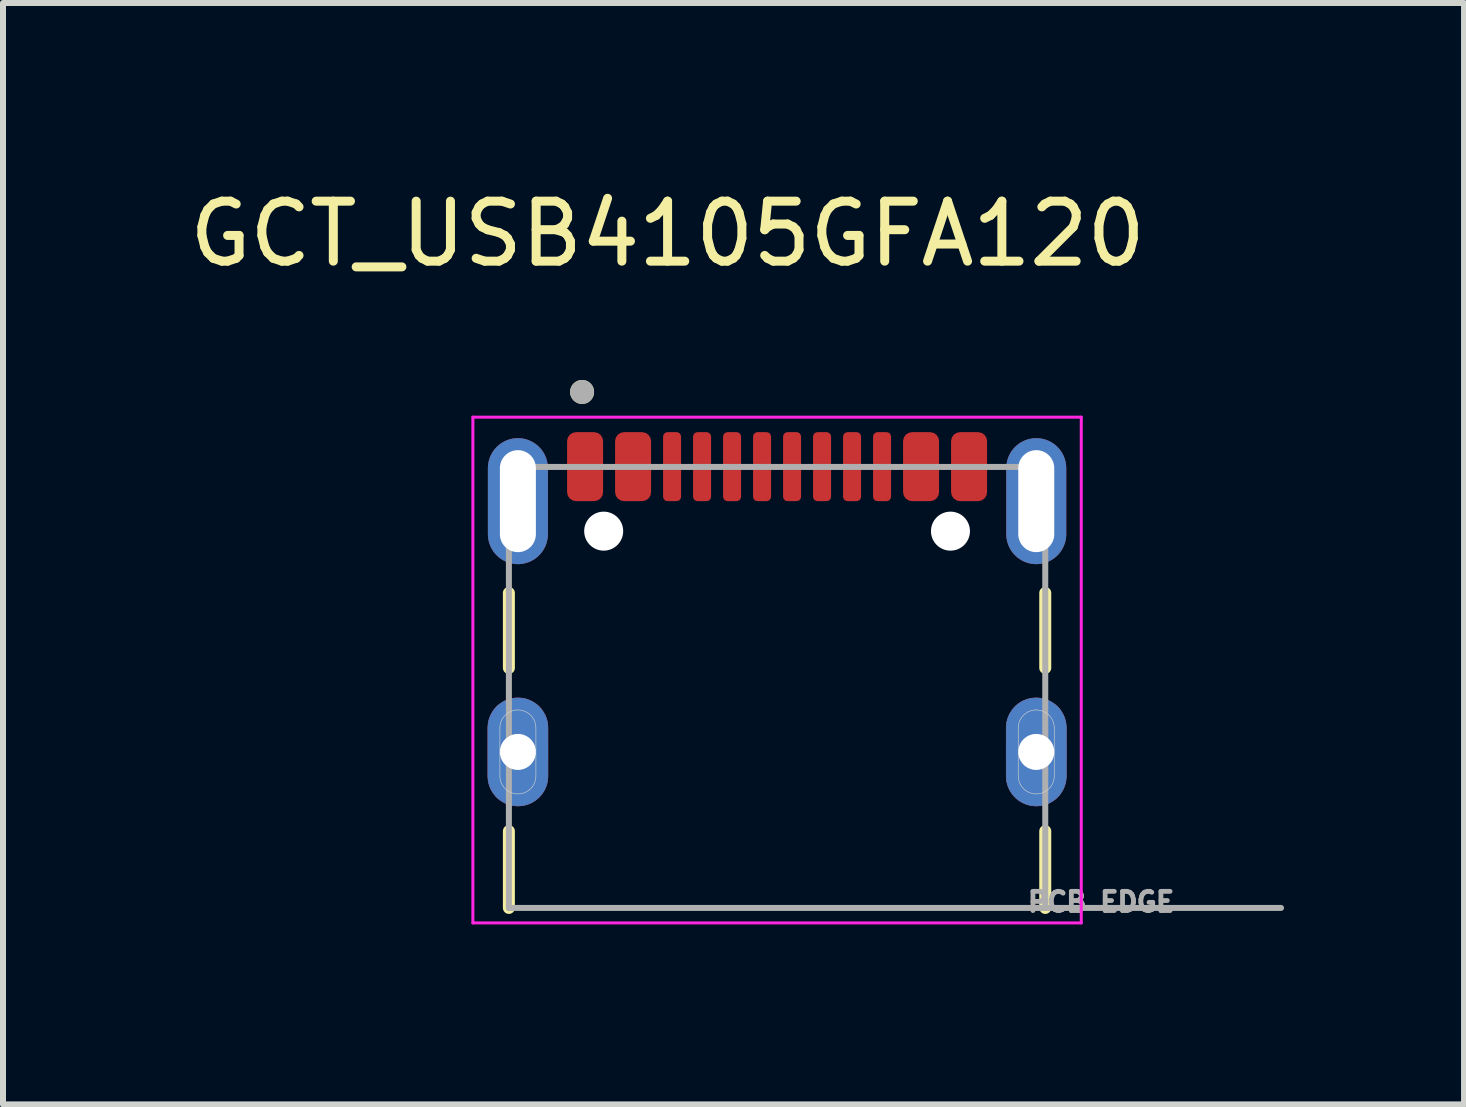
<source format=kicad_pcb>
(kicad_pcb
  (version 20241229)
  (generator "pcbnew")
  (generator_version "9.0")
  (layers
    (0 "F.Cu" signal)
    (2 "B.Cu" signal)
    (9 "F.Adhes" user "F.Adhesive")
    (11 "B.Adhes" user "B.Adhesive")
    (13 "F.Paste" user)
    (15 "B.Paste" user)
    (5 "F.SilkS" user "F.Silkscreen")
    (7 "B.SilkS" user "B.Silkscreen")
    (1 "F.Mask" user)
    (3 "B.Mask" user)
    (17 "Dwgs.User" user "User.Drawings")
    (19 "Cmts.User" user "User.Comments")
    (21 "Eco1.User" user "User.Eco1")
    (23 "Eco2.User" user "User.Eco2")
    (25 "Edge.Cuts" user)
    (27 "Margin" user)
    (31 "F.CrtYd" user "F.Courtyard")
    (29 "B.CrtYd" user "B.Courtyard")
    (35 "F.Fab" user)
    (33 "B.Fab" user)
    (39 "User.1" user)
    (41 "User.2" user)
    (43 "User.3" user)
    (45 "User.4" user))
  (footprint "GCT_USB4105GFA120"
    (layer "F.Cu")
    (at 9.902 9.483)
    (property "Reference" "GCT_USB4105GFA120" (at -1.825 -8.635 0) (layer "F.SilkS") (effects (font (size 1 1) (thickness 0.15))))
    (attr smd)
    (fp_poly (pts (xy -4.82 0) (xy -4.82 -0.4) (xy -4.819 -0.426) (xy -4.817 -0.452) (xy -4.814 -0.478) (xy -4.809 -0.504) (xy -4.803 -0.529) (xy -4.796 -0.555) (xy -4.787 -0.579) (xy -4.777 -0.603) (xy -4.766 -0.627) (xy -4.753 -0.65) (xy -4.739 -0.672) (xy -4.725 -0.694) (xy -4.709 -0.715) (xy -4.692 -0.735) (xy -4.674 -0.754) (xy -4.655 -0.772) (xy -4.635 -0.789) (xy -4.614 -0.805) (xy -4.592 -0.819) (xy -4.57 -0.833) (xy -4.547 -0.846) (xy -4.523 -0.857) (xy -4.499 -0.867) (xy -4.475 -0.876) (xy -4.449 -0.883) (xy -4.424 -0.889) (xy -4.398 -0.894) (xy -4.372 -0.897) (xy -4.346 -0.899) (xy -4.32 -0.9) (xy -4.294 -0.899) (xy -4.268 -0.897) (xy -4.242 -0.894) (xy -4.216 -0.889) (xy -4.191 -0.883) (xy -4.165 -0.876) (xy -4.141 -0.867) (xy -4.117 -0.857) (xy -4.093 -0.846) (xy -4.07 -0.833) (xy -4.048 -0.819) (xy -4.026 -0.805) (xy -4.005 -0.789) (xy -3.985 -0.772) (xy -3.966 -0.754) (xy -3.948 -0.735) (xy -3.931 -0.715) (xy -3.915 -0.694) (xy -3.901 -0.672) (xy -3.887 -0.65) (xy -3.874 -0.627) (xy -3.863 -0.603) (xy -3.853 -0.579) (xy -3.844 -0.555) (xy -3.837 -0.529) (xy -3.831 -0.504) (xy -3.826 -0.478) (xy -3.823 -0.452) (xy -3.821 -0.426) (xy -3.82 -0.4) (xy -3.82 0) (xy -3.82 0.4) (xy -3.821 0.426) (xy -3.823 0.452) (xy -3.826 0.478) (xy -3.831 0.504) (xy -3.837 0.529) (xy -3.844 0.555) (xy -3.853 0.579) (xy -3.863 0.603) (xy -3.874 0.627) (xy -3.887 0.65) (xy -3.901 0.672) (xy -3.915 0.694) (xy -3.931 0.715) (xy -3.948 0.735) (xy -3.966 0.754) (xy -3.985 0.772) (xy -4.005 0.789) (xy -4.026 0.805) (xy -4.048 0.819) (xy -4.07 0.833) (xy -4.093 0.846) (xy -4.117 0.857) (xy -4.141 0.867) (xy -4.165 0.876) (xy -4.191 0.883) (xy -4.216 0.889) (xy -4.242 0.894) (xy -4.268 0.897) (xy -4.294 0.899) (xy -4.32 0.9) (xy -4.346 0.899) (xy -4.372 0.897) (xy -4.398 0.894) (xy -4.424 0.889) (xy -4.449 0.883) (xy -4.475 0.876) (xy -4.499 0.867) (xy -4.523 0.857) (xy -4.547 0.846) (xy -4.57 0.833) (xy -4.592 0.819) (xy -4.614 0.805) (xy -4.635 0.789) (xy -4.655 0.772) (xy -4.674 0.754) (xy -4.692 0.735) (xy -4.709 0.715) (xy -4.725 0.694) (xy -4.739 0.672) (xy -4.753 0.65) (xy -4.766 0.627) (xy -4.777 0.603) (xy -4.787 0.579) (xy -4.796 0.555) (xy -4.803 0.529) (xy -4.809 0.504) (xy -4.814 0.478) (xy -4.817 0.452) (xy -4.819 0.426) (xy -4.82 0.4) (xy -4.82 0)) (stroke (width 0.01) (type solid)) (fill yes) (layer "F.Cu"))
    (fp_poly (pts (xy 3.82 0) (xy 3.82 -0.4) (xy 3.821 -0.426) (xy 3.823 -0.452) (xy 3.826 -0.478) (xy 3.831 -0.504) (xy 3.837 -0.529) (xy 3.844 -0.555) (xy 3.853 -0.579) (xy 3.863 -0.603) (xy 3.874 -0.627) (xy 3.887 -0.65) (xy 3.901 -0.672) (xy 3.915 -0.694) (xy 3.931 -0.715) (xy 3.948 -0.735) (xy 3.966 -0.754) (xy 3.985 -0.772) (xy 4.005 -0.789) (xy 4.026 -0.805) (xy 4.048 -0.819) (xy 4.07 -0.833) (xy 4.093 -0.846) (xy 4.117 -0.857) (xy 4.141 -0.867) (xy 4.165 -0.876) (xy 4.191 -0.883) (xy 4.216 -0.889) (xy 4.242 -0.894) (xy 4.268 -0.897) (xy 4.294 -0.899) (xy 4.32 -0.9) (xy 4.346 -0.899) (xy 4.372 -0.897) (xy 4.398 -0.894) (xy 4.424 -0.889) (xy 4.449 -0.883) (xy 4.475 -0.876) (xy 4.499 -0.867) (xy 4.523 -0.857) (xy 4.547 -0.846) (xy 4.57 -0.833) (xy 4.592 -0.819) (xy 4.614 -0.805) (xy 4.635 -0.789) (xy 4.655 -0.772) (xy 4.674 -0.754) (xy 4.692 -0.735) (xy 4.709 -0.715) (xy 4.725 -0.694) (xy 4.739 -0.672) (xy 4.753 -0.65) (xy 4.766 -0.627) (xy 4.777 -0.603) (xy 4.787 -0.579) (xy 4.796 -0.555) (xy 4.803 -0.529) (xy 4.809 -0.504) (xy 4.814 -0.478) (xy 4.817 -0.452) (xy 4.819 -0.426) (xy 4.82 -0.4) (xy 4.82 0) (xy 4.82 0.4) (xy 4.819 0.426) (xy 4.817 0.452) (xy 4.814 0.478) (xy 4.809 0.504) (xy 4.803 0.529) (xy 4.796 0.555) (xy 4.787 0.579) (xy 4.777 0.603) (xy 4.766 0.627) (xy 4.753 0.65) (xy 4.739 0.672) (xy 4.725 0.694) (xy 4.709 0.715) (xy 4.692 0.735) (xy 4.674 0.754) (xy 4.655 0.772) (xy 4.635 0.789) (xy 4.614 0.805) (xy 4.592 0.819) (xy 4.57 0.833) (xy 4.547 0.846) (xy 4.523 0.857) (xy 4.499 0.867) (xy 4.475 0.876) (xy 4.449 0.883) (xy 4.424 0.889) (xy 4.398 0.894) (xy 4.372 0.897) (xy 4.346 0.899) (xy 4.32 0.9) (xy 4.294 0.899) (xy 4.268 0.897) (xy 4.242 0.894) (xy 4.216 0.889) (xy 4.191 0.883) (xy 4.165 0.876) (xy 4.141 0.867) (xy 4.117 0.857) (xy 4.093 0.846) (xy 4.07 0.833) (xy 4.048 0.819) (xy 4.026 0.805) (xy 4.005 0.789) (xy 3.985 0.772) (xy 3.966 0.754) (xy 3.948 0.735) (xy 3.931 0.715) (xy 3.915 0.694) (xy 3.901 0.672) (xy 3.887 0.65) (xy 3.874 0.627) (xy 3.863 0.603) (xy 3.853 0.579) (xy 3.844 0.555) (xy 3.837 0.529) (xy 3.831 0.504) (xy 3.826 0.478) (xy 3.823 0.452) (xy 3.821 0.426) (xy 3.82 0.4) (xy 3.82 0)) (stroke (width 0.01) (type solid)) (fill yes) (layer "F.Cu"))
    (fp_poly (pts (xy -4.92 0) (xy -4.92 -0.4) (xy -4.919 -0.431) (xy -4.917 -0.463) (xy -4.913 -0.494) (xy -4.907 -0.525) (xy -4.9 -0.555) (xy -4.891 -0.585) (xy -4.88 -0.615) (xy -4.868 -0.644) (xy -4.855 -0.672) (xy -4.84 -0.7) (xy -4.823 -0.727) (xy -4.805 -0.753) (xy -4.786 -0.778) (xy -4.766 -0.801) (xy -4.744 -0.824) (xy -4.721 -0.846) (xy -4.698 -0.866) (xy -4.673 -0.885) (xy -4.647 -0.903) (xy -4.62 -0.92) (xy -4.592 -0.935) (xy -4.564 -0.948) (xy -4.535 -0.96) (xy -4.505 -0.971) (xy -4.475 -0.98) (xy -4.445 -0.987) (xy -4.414 -0.993) (xy -4.383 -0.997) (xy -4.351 -0.999) (xy -4.32 -1) (xy -4.289 -0.999) (xy -4.257 -0.997) (xy -4.226 -0.993) (xy -4.195 -0.987) (xy -4.165 -0.98) (xy -4.135 -0.971) (xy -4.105 -0.96) (xy -4.076 -0.948) (xy -4.048 -0.935) (xy -4.02 -0.92) (xy -3.993 -0.903) (xy -3.967 -0.885) (xy -3.942 -0.866) (xy -3.919 -0.846) (xy -3.896 -0.824) (xy -3.874 -0.801) (xy -3.854 -0.778) (xy -3.835 -0.753) (xy -3.817 -0.727) (xy -3.8 -0.7) (xy -3.785 -0.672) (xy -3.772 -0.644) (xy -3.76 -0.615) (xy -3.749 -0.585) (xy -3.74 -0.555) (xy -3.733 -0.525) (xy -3.727 -0.494) (xy -3.723 -0.463) (xy -3.721 -0.431) (xy -3.72 -0.4) (xy -3.72 0) (xy -3.72 0.4) (xy -3.721 0.431) (xy -3.723 0.463) (xy -3.727 0.494) (xy -3.733 0.525) (xy -3.74 0.555) (xy -3.749 0.585) (xy -3.76 0.615) (xy -3.772 0.644) (xy -3.785 0.672) (xy -3.8 0.7) (xy -3.817 0.727) (xy -3.835 0.753) (xy -3.854 0.778) (xy -3.874 0.801) (xy -3.896 0.824) (xy -3.919 0.846) (xy -3.942 0.866) (xy -3.967 0.885) (xy -3.993 0.903) (xy -4.02 0.92) (xy -4.048 0.935) (xy -4.076 0.948) (xy -4.105 0.96) (xy -4.135 0.971) (xy -4.165 0.98) (xy -4.195 0.987) (xy -4.226 0.993) (xy -4.257 0.997) (xy -4.289 0.999) (xy -4.32 1) (xy -4.351 0.999) (xy -4.383 0.997) (xy -4.414 0.993) (xy -4.445 0.987) (xy -4.475 0.98) (xy -4.505 0.971) (xy -4.535 0.96) (xy -4.564 0.948) (xy -4.592 0.935) (xy -4.62 0.92) (xy -4.647 0.903) (xy -4.673 0.885) (xy -4.698 0.866) (xy -4.721 0.846) (xy -4.744 0.824) (xy -4.766 0.801) (xy -4.786 0.778) (xy -4.805 0.753) (xy -4.823 0.727) (xy -4.84 0.7) (xy -4.855 0.672) (xy -4.868 0.644) (xy -4.88 0.615) (xy -4.891 0.585) (xy -4.9 0.555) (xy -4.907 0.525) (xy -4.913 0.494) (xy -4.917 0.463) (xy -4.919 0.431) (xy -4.92 0.4) (xy -4.92 0)) (stroke (width 0.01) (type solid)) (fill yes) (layer "F.Mask"))
    (fp_poly (pts (xy 3.72 0) (xy 3.72 -0.4) (xy 3.721 -0.431) (xy 3.723 -0.463) (xy 3.727 -0.494) (xy 3.733 -0.525) (xy 3.74 -0.555) (xy 3.749 -0.585) (xy 3.76 -0.615) (xy 3.772 -0.644) (xy 3.785 -0.672) (xy 3.8 -0.7) (xy 3.817 -0.727) (xy 3.835 -0.753) (xy 3.854 -0.778) (xy 3.874 -0.801) (xy 3.896 -0.824) (xy 3.919 -0.846) (xy 3.942 -0.866) (xy 3.967 -0.885) (xy 3.993 -0.903) (xy 4.02 -0.92) (xy 4.048 -0.935) (xy 4.076 -0.948) (xy 4.105 -0.96) (xy 4.135 -0.971) (xy 4.165 -0.98) (xy 4.195 -0.987) (xy 4.226 -0.993) (xy 4.257 -0.997) (xy 4.289 -0.999) (xy 4.32 -1) (xy 4.351 -0.999) (xy 4.383 -0.997) (xy 4.414 -0.993) (xy 4.445 -0.987) (xy 4.475 -0.98) (xy 4.505 -0.971) (xy 4.535 -0.96) (xy 4.564 -0.948) (xy 4.592 -0.935) (xy 4.62 -0.92) (xy 4.647 -0.903) (xy 4.673 -0.885) (xy 4.698 -0.866) (xy 4.721 -0.846) (xy 4.744 -0.824) (xy 4.766 -0.801) (xy 4.786 -0.778) (xy 4.805 -0.753) (xy 4.823 -0.727) (xy 4.84 -0.7) (xy 4.855 -0.672) (xy 4.868 -0.644) (xy 4.88 -0.615) (xy 4.891 -0.585) (xy 4.9 -0.555) (xy 4.907 -0.525) (xy 4.913 -0.494) (xy 4.917 -0.463) (xy 4.919 -0.431) (xy 4.92 -0.4) (xy 4.92 0) (xy 4.92 0.4) (xy 4.919 0.431) (xy 4.917 0.463) (xy 4.913 0.494) (xy 4.907 0.525) (xy 4.9 0.555) (xy 4.891 0.585) (xy 4.88 0.615) (xy 4.868 0.644) (xy 4.855 0.672) (xy 4.84 0.7) (xy 4.823 0.727) (xy 4.805 0.753) (xy 4.786 0.778) (xy 4.766 0.801) (xy 4.744 0.824) (xy 4.721 0.846) (xy 4.698 0.866) (xy 4.673 0.885) (xy 4.647 0.903) (xy 4.62 0.92) (xy 4.592 0.935) (xy 4.564 0.948) (xy 4.535 0.96) (xy 4.505 0.971) (xy 4.475 0.98) (xy 4.445 0.987) (xy 4.414 0.993) (xy 4.383 0.997) (xy 4.351 0.999) (xy 4.32 1) (xy 4.289 0.999) (xy 4.257 0.997) (xy 4.226 0.993) (xy 4.195 0.987) (xy 4.165 0.98) (xy 4.135 0.971) (xy 4.105 0.96) (xy 4.076 0.948) (xy 4.048 0.935) (xy 4.02 0.92) (xy 3.993 0.903) (xy 3.967 0.885) (xy 3.942 0.866) (xy 3.919 0.846) (xy 3.896 0.824) (xy 3.874 0.801) (xy 3.854 0.778) (xy 3.835 0.753) (xy 3.817 0.727) (xy 3.8 0.7) (xy 3.785 0.672) (xy 3.772 0.644) (xy 3.76 0.615) (xy 3.749 0.585) (xy 3.74 0.555) (xy 3.733 0.525) (xy 3.727 0.494) (xy 3.723 0.463) (xy 3.721 0.431) (xy 3.72 0.4) (xy 3.72 0)) (stroke (width 0.01) (type solid)) (fill yes) (layer "F.Mask"))
    (fp_poly (pts (xy -4.82 0) (xy -4.82 -0.4) (xy -4.819 -0.426) (xy -4.817 -0.452) (xy -4.814 -0.478) (xy -4.809 -0.504) (xy -4.803 -0.529) (xy -4.796 -0.555) (xy -4.787 -0.579) (xy -4.777 -0.603) (xy -4.766 -0.627) (xy -4.753 -0.65) (xy -4.739 -0.672) (xy -4.725 -0.694) (xy -4.709 -0.715) (xy -4.692 -0.735) (xy -4.674 -0.754) (xy -4.655 -0.772) (xy -4.635 -0.789) (xy -4.614 -0.805) (xy -4.592 -0.819) (xy -4.57 -0.833) (xy -4.547 -0.846) (xy -4.523 -0.857) (xy -4.499 -0.867) (xy -4.475 -0.876) (xy -4.449 -0.883) (xy -4.424 -0.889) (xy -4.398 -0.894) (xy -4.372 -0.897) (xy -4.346 -0.899) (xy -4.32 -0.9) (xy -4.294 -0.899) (xy -4.268 -0.897) (xy -4.242 -0.894) (xy -4.216 -0.889) (xy -4.191 -0.883) (xy -4.165 -0.876) (xy -4.141 -0.867) (xy -4.117 -0.857) (xy -4.093 -0.846) (xy -4.07 -0.833) (xy -4.048 -0.819) (xy -4.026 -0.805) (xy -4.005 -0.789) (xy -3.985 -0.772) (xy -3.966 -0.754) (xy -3.948 -0.735) (xy -3.931 -0.715) (xy -3.915 -0.694) (xy -3.901 -0.672) (xy -3.887 -0.65) (xy -3.874 -0.627) (xy -3.863 -0.603) (xy -3.853 -0.579) (xy -3.844 -0.555) (xy -3.837 -0.529) (xy -3.831 -0.504) (xy -3.826 -0.478) (xy -3.823 -0.452) (xy -3.821 -0.426) (xy -3.82 -0.4) (xy -3.82 0) (xy -3.82 0.4) (xy -3.821 0.426) (xy -3.823 0.452) (xy -3.826 0.478) (xy -3.831 0.504) (xy -3.837 0.529) (xy -3.844 0.555) (xy -3.853 0.579) (xy -3.863 0.603) (xy -3.874 0.627) (xy -3.887 0.65) (xy -3.901 0.672) (xy -3.915 0.694) (xy -3.931 0.715) (xy -3.948 0.735) (xy -3.966 0.754) (xy -3.985 0.772) (xy -4.005 0.789) (xy -4.026 0.805) (xy -4.048 0.819) (xy -4.07 0.833) (xy -4.093 0.846) (xy -4.117 0.857) (xy -4.141 0.867) (xy -4.165 0.876) (xy -4.191 0.883) (xy -4.216 0.889) (xy -4.242 0.894) (xy -4.268 0.897) (xy -4.294 0.899) (xy -4.32 0.9) (xy -4.346 0.899) (xy -4.372 0.897) (xy -4.398 0.894) (xy -4.424 0.889) (xy -4.449 0.883) (xy -4.475 0.876) (xy -4.499 0.867) (xy -4.523 0.857) (xy -4.547 0.846) (xy -4.57 0.833) (xy -4.592 0.819) (xy -4.614 0.805) (xy -4.635 0.789) (xy -4.655 0.772) (xy -4.674 0.754) (xy -4.692 0.735) (xy -4.709 0.715) (xy -4.725 0.694) (xy -4.739 0.672) (xy -4.753 0.65) (xy -4.766 0.627) (xy -4.777 0.603) (xy -4.787 0.579) (xy -4.796 0.555) (xy -4.803 0.529) (xy -4.809 0.504) (xy -4.814 0.478) (xy -4.817 0.452) (xy -4.819 0.426) (xy -4.82 0.4) (xy -4.82 0)) (stroke (width 0.01) (type solid)) (fill yes) (layer "B.Cu"))
    (fp_poly (pts (xy 3.82 0) (xy 3.82 -0.4) (xy 3.821 -0.426) (xy 3.823 -0.452) (xy 3.826 -0.478) (xy 3.831 -0.504) (xy 3.837 -0.529) (xy 3.844 -0.555) (xy 3.853 -0.579) (xy 3.863 -0.603) (xy 3.874 -0.627) (xy 3.887 -0.65) (xy 3.901 -0.672) (xy 3.915 -0.694) (xy 3.931 -0.715) (xy 3.948 -0.735) (xy 3.966 -0.754) (xy 3.985 -0.772) (xy 4.005 -0.789) (xy 4.026 -0.805) (xy 4.048 -0.819) (xy 4.07 -0.833) (xy 4.093 -0.846) (xy 4.117 -0.857) (xy 4.141 -0.867) (xy 4.165 -0.876) (xy 4.191 -0.883) (xy 4.216 -0.889) (xy 4.242 -0.894) (xy 4.268 -0.897) (xy 4.294 -0.899) (xy 4.32 -0.9) (xy 4.346 -0.899) (xy 4.372 -0.897) (xy 4.398 -0.894) (xy 4.424 -0.889) (xy 4.449 -0.883) (xy 4.475 -0.876) (xy 4.499 -0.867) (xy 4.523 -0.857) (xy 4.547 -0.846) (xy 4.57 -0.833) (xy 4.592 -0.819) (xy 4.614 -0.805) (xy 4.635 -0.789) (xy 4.655 -0.772) (xy 4.674 -0.754) (xy 4.692 -0.735) (xy 4.709 -0.715) (xy 4.725 -0.694) (xy 4.739 -0.672) (xy 4.753 -0.65) (xy 4.766 -0.627) (xy 4.777 -0.603) (xy 4.787 -0.579) (xy 4.796 -0.555) (xy 4.803 -0.529) (xy 4.809 -0.504) (xy 4.814 -0.478) (xy 4.817 -0.452) (xy 4.819 -0.426) (xy 4.82 -0.4) (xy 4.82 0) (xy 4.82 0.4) (xy 4.819 0.426) (xy 4.817 0.452) (xy 4.814 0.478) (xy 4.809 0.504) (xy 4.803 0.529) (xy 4.796 0.555) (xy 4.787 0.579) (xy 4.777 0.603) (xy 4.766 0.627) (xy 4.753 0.65) (xy 4.739 0.672) (xy 4.725 0.694) (xy 4.709 0.715) (xy 4.692 0.735) (xy 4.674 0.754) (xy 4.655 0.772) (xy 4.635 0.789) (xy 4.614 0.805) (xy 4.592 0.819) (xy 4.57 0.833) (xy 4.547 0.846) (xy 4.523 0.857) (xy 4.499 0.867) (xy 4.475 0.876) (xy 4.449 0.883) (xy 4.424 0.889) (xy 4.398 0.894) (xy 4.372 0.897) (xy 4.346 0.899) (xy 4.32 0.9) (xy 4.294 0.899) (xy 4.268 0.897) (xy 4.242 0.894) (xy 4.216 0.889) (xy 4.191 0.883) (xy 4.165 0.876) (xy 4.141 0.867) (xy 4.117 0.857) (xy 4.093 0.846) (xy 4.07 0.833) (xy 4.048 0.819) (xy 4.026 0.805) (xy 4.005 0.789) (xy 3.985 0.772) (xy 3.966 0.754) (xy 3.948 0.735) (xy 3.931 0.715) (xy 3.915 0.694) (xy 3.901 0.672) (xy 3.887 0.65) (xy 3.874 0.627) (xy 3.863 0.603) (xy 3.853 0.579) (xy 3.844 0.555) (xy 3.837 0.529) (xy 3.831 0.504) (xy 3.826 0.478) (xy 3.823 0.452) (xy 3.821 0.426) (xy 3.82 0.4) (xy 3.82 0)) (stroke (width 0.01) (type solid)) (fill yes) (layer "B.Cu"))
    (fp_poly (pts (xy -4.92 0) (xy -4.92 -0.4) (xy -4.919 -0.431) (xy -4.917 -0.463) (xy -4.913 -0.494) (xy -4.907 -0.525) (xy -4.9 -0.555) (xy -4.891 -0.585) (xy -4.88 -0.615) (xy -4.868 -0.644) (xy -4.855 -0.672) (xy -4.84 -0.7) (xy -4.823 -0.727) (xy -4.805 -0.753) (xy -4.786 -0.778) (xy -4.766 -0.801) (xy -4.744 -0.824) (xy -4.721 -0.846) (xy -4.698 -0.866) (xy -4.673 -0.885) (xy -4.647 -0.903) (xy -4.62 -0.92) (xy -4.592 -0.935) (xy -4.564 -0.948) (xy -4.535 -0.96) (xy -4.505 -0.971) (xy -4.475 -0.98) (xy -4.445 -0.987) (xy -4.414 -0.993) (xy -4.383 -0.997) (xy -4.351 -0.999) (xy -4.32 -1) (xy -4.289 -0.999) (xy -4.257 -0.997) (xy -4.226 -0.993) (xy -4.195 -0.987) (xy -4.165 -0.98) (xy -4.135 -0.971) (xy -4.105 -0.96) (xy -4.076 -0.948) (xy -4.048 -0.935) (xy -4.02 -0.92) (xy -3.993 -0.903) (xy -3.967 -0.885) (xy -3.942 -0.866) (xy -3.919 -0.846) (xy -3.896 -0.824) (xy -3.874 -0.801) (xy -3.854 -0.778) (xy -3.835 -0.753) (xy -3.817 -0.727) (xy -3.8 -0.7) (xy -3.785 -0.672) (xy -3.772 -0.644) (xy -3.76 -0.615) (xy -3.749 -0.585) (xy -3.74 -0.555) (xy -3.733 -0.525) (xy -3.727 -0.494) (xy -3.723 -0.463) (xy -3.721 -0.431) (xy -3.72 -0.4) (xy -3.72 0) (xy -3.72 0.4) (xy -3.721 0.431) (xy -3.723 0.463) (xy -3.727 0.494) (xy -3.733 0.525) (xy -3.74 0.555) (xy -3.749 0.585) (xy -3.76 0.615) (xy -3.772 0.644) (xy -3.785 0.672) (xy -3.8 0.7) (xy -3.817 0.727) (xy -3.835 0.753) (xy -3.854 0.778) (xy -3.874 0.801) (xy -3.896 0.824) (xy -3.919 0.846) (xy -3.942 0.866) (xy -3.967 0.885) (xy -3.993 0.903) (xy -4.02 0.92) (xy -4.048 0.935) (xy -4.076 0.948) (xy -4.105 0.96) (xy -4.135 0.971) (xy -4.165 0.98) (xy -4.195 0.987) (xy -4.226 0.993) (xy -4.257 0.997) (xy -4.289 0.999) (xy -4.32 1) (xy -4.351 0.999) (xy -4.383 0.997) (xy -4.414 0.993) (xy -4.445 0.987) (xy -4.475 0.98) (xy -4.505 0.971) (xy -4.535 0.96) (xy -4.564 0.948) (xy -4.592 0.935) (xy -4.62 0.92) (xy -4.647 0.903) (xy -4.673 0.885) (xy -4.698 0.866) (xy -4.721 0.846) (xy -4.744 0.824) (xy -4.766 0.801) (xy -4.786 0.778) (xy -4.805 0.753) (xy -4.823 0.727) (xy -4.84 0.7) (xy -4.855 0.672) (xy -4.868 0.644) (xy -4.88 0.615) (xy -4.891 0.585) (xy -4.9 0.555) (xy -4.907 0.525) (xy -4.913 0.494) (xy -4.917 0.463) (xy -4.919 0.431) (xy -4.92 0.4) (xy -4.92 0)) (stroke (width 0.01) (type solid)) (fill yes) (layer "B.Mask"))
    (fp_poly (pts (xy 3.72 0) (xy 3.72 -0.4) (xy 3.721 -0.431) (xy 3.723 -0.463) (xy 3.727 -0.494) (xy 3.733 -0.525) (xy 3.74 -0.555) (xy 3.749 -0.585) (xy 3.76 -0.615) (xy 3.772 -0.644) (xy 3.785 -0.672) (xy 3.8 -0.7) (xy 3.817 -0.727) (xy 3.835 -0.753) (xy 3.854 -0.778) (xy 3.874 -0.801) (xy 3.896 -0.824) (xy 3.919 -0.846) (xy 3.942 -0.866) (xy 3.967 -0.885) (xy 3.993 -0.903) (xy 4.02 -0.92) (xy 4.048 -0.935) (xy 4.076 -0.948) (xy 4.105 -0.96) (xy 4.135 -0.971) (xy 4.165 -0.98) (xy 4.195 -0.987) (xy 4.226 -0.993) (xy 4.257 -0.997) (xy 4.289 -0.999) (xy 4.32 -1) (xy 4.351 -0.999) (xy 4.383 -0.997) (xy 4.414 -0.993) (xy 4.445 -0.987) (xy 4.475 -0.98) (xy 4.505 -0.971) (xy 4.535 -0.96) (xy 4.564 -0.948) (xy 4.592 -0.935) (xy 4.62 -0.92) (xy 4.647 -0.903) (xy 4.673 -0.885) (xy 4.698 -0.866) (xy 4.721 -0.846) (xy 4.744 -0.824) (xy 4.766 -0.801) (xy 4.786 -0.778) (xy 4.805 -0.753) (xy 4.823 -0.727) (xy 4.84 -0.7) (xy 4.855 -0.672) (xy 4.868 -0.644) (xy 4.88 -0.615) (xy 4.891 -0.585) (xy 4.9 -0.555) (xy 4.907 -0.525) (xy 4.913 -0.494) (xy 4.917 -0.463) (xy 4.919 -0.431) (xy 4.92 -0.4) (xy 4.92 0) (xy 4.92 0.4) (xy 4.919 0.431) (xy 4.917 0.463) (xy 4.913 0.494) (xy 4.907 0.525) (xy 4.9 0.555) (xy 4.891 0.585) (xy 4.88 0.615) (xy 4.868 0.644) (xy 4.855 0.672) (xy 4.84 0.7) (xy 4.823 0.727) (xy 4.805 0.753) (xy 4.786 0.778) (xy 4.766 0.801) (xy 4.744 0.824) (xy 4.721 0.846) (xy 4.698 0.866) (xy 4.673 0.885) (xy 4.647 0.903) (xy 4.62 0.92) (xy 4.592 0.935) (xy 4.564 0.948) (xy 4.535 0.96) (xy 4.505 0.971) (xy 4.475 0.98) (xy 4.445 0.987) (xy 4.414 0.993) (xy 4.383 0.997) (xy 4.351 0.999) (xy 4.32 1) (xy 4.289 0.999) (xy 4.257 0.997) (xy 4.226 0.993) (xy 4.195 0.987) (xy 4.165 0.98) (xy 4.135 0.971) (xy 4.105 0.96) (xy 4.076 0.948) (xy 4.048 0.935) (xy 4.02 0.92) (xy 3.993 0.903) (xy 3.967 0.885) (xy 3.942 0.866) (xy 3.919 0.846) (xy 3.896 0.824) (xy 3.874 0.801) (xy 3.854 0.778) (xy 3.835 0.753) (xy 3.817 0.727) (xy 3.8 0.7) (xy 3.785 0.672) (xy 3.772 0.644) (xy 3.76 0.615) (xy 3.749 0.585) (xy 3.74 0.555) (xy 3.733 0.525) (xy 3.727 0.494) (xy 3.723 0.463) (xy 3.721 0.431) (xy 3.72 0.4) (xy 3.72 0)) (stroke (width 0.01) (type solid)) (fill yes) (layer "B.Mask"))
    (fp_line (start -4.47 -2.65) (end -4.47 -1.4) (stroke (width 0.2) (type solid)) (layer "F.SilkS"))
    (fp_line (start -4.47 1.32) (end -4.47 2.6) (stroke (width 0.2) (type solid)) (layer "F.SilkS"))
    (fp_line (start 4.47 -2.65) (end 4.47 -1.4) (stroke (width 0.2) (type solid)) (layer "F.SilkS"))
    (fp_line (start 4.47 2.6) (end 4.47 1.32) (stroke (width 0.2) (type solid)) (layer "F.SilkS"))
    (fp_circle (center -3.25 -6) (end -3.15 -6) (stroke (width 0.2) (type solid)) (fill no) (layer "F.SilkS"))
    (fp_line (start -4.62 0.4) (end -4.62 -0.4) (stroke (width 0.01) (type solid)) (layer "Edge.Cuts"))
    (fp_line (start -4.02 -0.4) (end -4.02 0.4) (stroke (width 0.01) (type solid)) (layer "Edge.Cuts"))
    (fp_line (start 4.02 0.4) (end 4.02 -0.4) (stroke (width 0.01) (type solid)) (layer "Edge.Cuts"))
    (fp_line (start 4.62 -0.4) (end 4.62 0.4) (stroke (width 0.01) (type solid)) (layer "Edge.Cuts"))
    (fp_arc (start -4.62 -0.4) (mid -4.532132 -0.612132) (end -4.32 -0.7) (stroke (width 0.01) (type solid)) (layer "Edge.Cuts"))
    (fp_arc (start -4.32 -0.7) (mid -4.107868 -0.612132) (end -4.02 -0.4) (stroke (width 0.01) (type solid)) (layer "Edge.Cuts"))
    (fp_arc (start -4.32 0.7) (mid -4.532132 0.612132) (end -4.62 0.4) (stroke (width 0.01) (type solid)) (layer "Edge.Cuts"))
    (fp_arc (start -4.02 0.4) (mid -4.107868 0.612132) (end -4.32 0.7) (stroke (width 0.01) (type solid)) (layer "Edge.Cuts"))
    (fp_arc (start 4.02 -0.4) (mid 4.107868 -0.612132) (end 4.32 -0.7) (stroke (width 0.01) (type solid)) (layer "Edge.Cuts"))
    (fp_arc (start 4.32 -0.7) (mid 4.532132 -0.612132) (end 4.62 -0.4) (stroke (width 0.01) (type solid)) (layer "Edge.Cuts"))
    (fp_arc (start 4.32 0.7) (mid 4.107868 0.612132) (end 4.02 0.4) (stroke (width 0.01) (type solid)) (layer "Edge.Cuts"))
    (fp_arc (start 4.62 0.4) (mid 4.532132 0.612132) (end 4.32 0.7) (stroke (width 0.01) (type solid)) (layer "Edge.Cuts"))
    (fp_line (start -5.07 -5.58) (end -5.07 2.85) (stroke (width 0.05) (type solid)) (layer "F.CrtYd"))
    (fp_line (start -5.07 2.85) (end 5.07 2.85) (stroke (width 0.05) (type solid)) (layer "F.CrtYd"))
    (fp_line (start 5.07 -5.58) (end -5.07 -5.58) (stroke (width 0.05) (type solid)) (layer "F.CrtYd"))
    (fp_line (start 5.07 2.85) (end 5.07 -5.58) (stroke (width 0.05) (type solid)) (layer "F.CrtYd"))
    (fp_line (start -4.47 -4.75) (end 4.47 -4.75) (stroke (width 0.1) (type solid)) (layer "F.Fab"))
    (fp_line (start -4.47 2.6) (end -4.47 -4.75) (stroke (width 0.1) (type solid)) (layer "F.Fab"))
    (fp_line (start 4.47 -4.75) (end 4.47 2.6) (stroke (width 0.1) (type solid)) (layer "F.Fab"))
    (fp_line (start 4.47 2.6) (end -4.47 2.6) (stroke (width 0.1) (type solid)) (layer "F.Fab"))
    (fp_line (start 4.47 2.6) (end 8.4 2.6) (stroke (width 0.1) (type solid)) (layer "F.Fab"))
    (fp_circle (center -3.25 -6) (end -3.15 -6) (stroke (width 0.2) (type solid)) (fill no) (layer "F.Fab"))
    (fp_text user "PCB EDGE" (at 5.4 2.5 0) (layer "F.Fab") (effects (font (size 0.32 0.32) (thickness 0.15))))
    (pad "" np_thru_hole circle (at -2.89 -3.68) (size 0.65 0.65) (drill 0.65) (layers "*.Cu" "*.Mask"))
    (pad "" np_thru_hole circle (at 2.89 -3.68) (size 0.65 0.65) (drill 0.65) (layers "*.Cu" "*.Mask"))
    (pad "A1_B12" smd roundrect (at -3.2 -4.755) (size 0.6 1.15) (layers "F.Cu" "F.Mask" "F.Paste") (roundrect_rratio 0.25))
    (pad "A4_B9" smd roundrect (at -2.4 -4.755) (size 0.6 1.15) (layers "F.Cu" "F.Mask" "F.Paste") (roundrect_rratio 0.25))
    (pad "A5" smd roundrect (at -1.25 -4.755) (size 0.3 1.15) (layers "F.Cu" "F.Mask" "F.Paste") (roundrect_rratio 0.25))
    (pad "A6" smd roundrect (at -0.25 -4.755) (size 0.3 1.15) (layers "F.Cu" "F.Mask" "F.Paste") (roundrect_rratio 0.25))
    (pad "A7" smd roundrect (at 0.25 -4.755) (size 0.3 1.15) (layers "F.Cu" "F.Mask" "F.Paste") (roundrect_rratio 0.25))
    (pad "A8" smd roundrect (at 1.25 -4.755) (size 0.3 1.15) (layers "F.Cu" "F.Mask" "F.Paste") (roundrect_rratio 0.25))
    (pad "B1_A12" smd roundrect (at 3.2 -4.755) (size 0.6 1.15) (layers "F.Cu" "F.Mask" "F.Paste") (roundrect_rratio 0.25))
    (pad "B4_A9" smd roundrect (at 2.4 -4.755) (size 0.6 1.15) (layers "F.Cu" "F.Mask" "F.Paste") (roundrect_rratio 0.25))
    (pad "B5" smd roundrect (at 1.75 -4.755) (size 0.3 1.15) (layers "F.Cu" "F.Mask" "F.Paste") (roundrect_rratio 0.25))
    (pad "B6" smd roundrect (at 0.75 -4.755) (size 0.3 1.15) (layers "F.Cu" "F.Mask" "F.Paste") (roundrect_rratio 0.25))
    (pad "B7" smd roundrect (at -0.75 -4.755) (size 0.3 1.15) (layers "F.Cu" "F.Mask" "F.Paste") (roundrect_rratio 0.25))
    (pad "B8" smd roundrect (at -1.75 -4.755) (size 0.3 1.15) (layers "F.Cu" "F.Mask" "F.Paste") (roundrect_rratio 0.25))
    (pad "SH1" thru_hole oval (at -4.32 -4.18) (size 1 2.1) (drill oval 0.6 1.7) (layers "*.Cu" "*.Mask"))
    (pad "SH2" thru_hole oval (at 4.32 -4.18) (size 1 2.1) (drill oval 0.6 1.7) (layers "*.Cu" "*.Mask"))
    (pad "SH3" thru_hole circle (at -4.32 0) (size 1 1) (drill 0.6) (layers "*.Cu"))
    (pad "SH4" thru_hole circle (at 4.32 0) (size 1 1) (drill 0.6) (layers "*.Cu")))
  (gr_rect
    (start -3 -3)
    (end 21.352 15.358)
    (stroke (width 0.1) (type default))
    (fill no)
    (layer "Edge.Cuts")))
</source>
